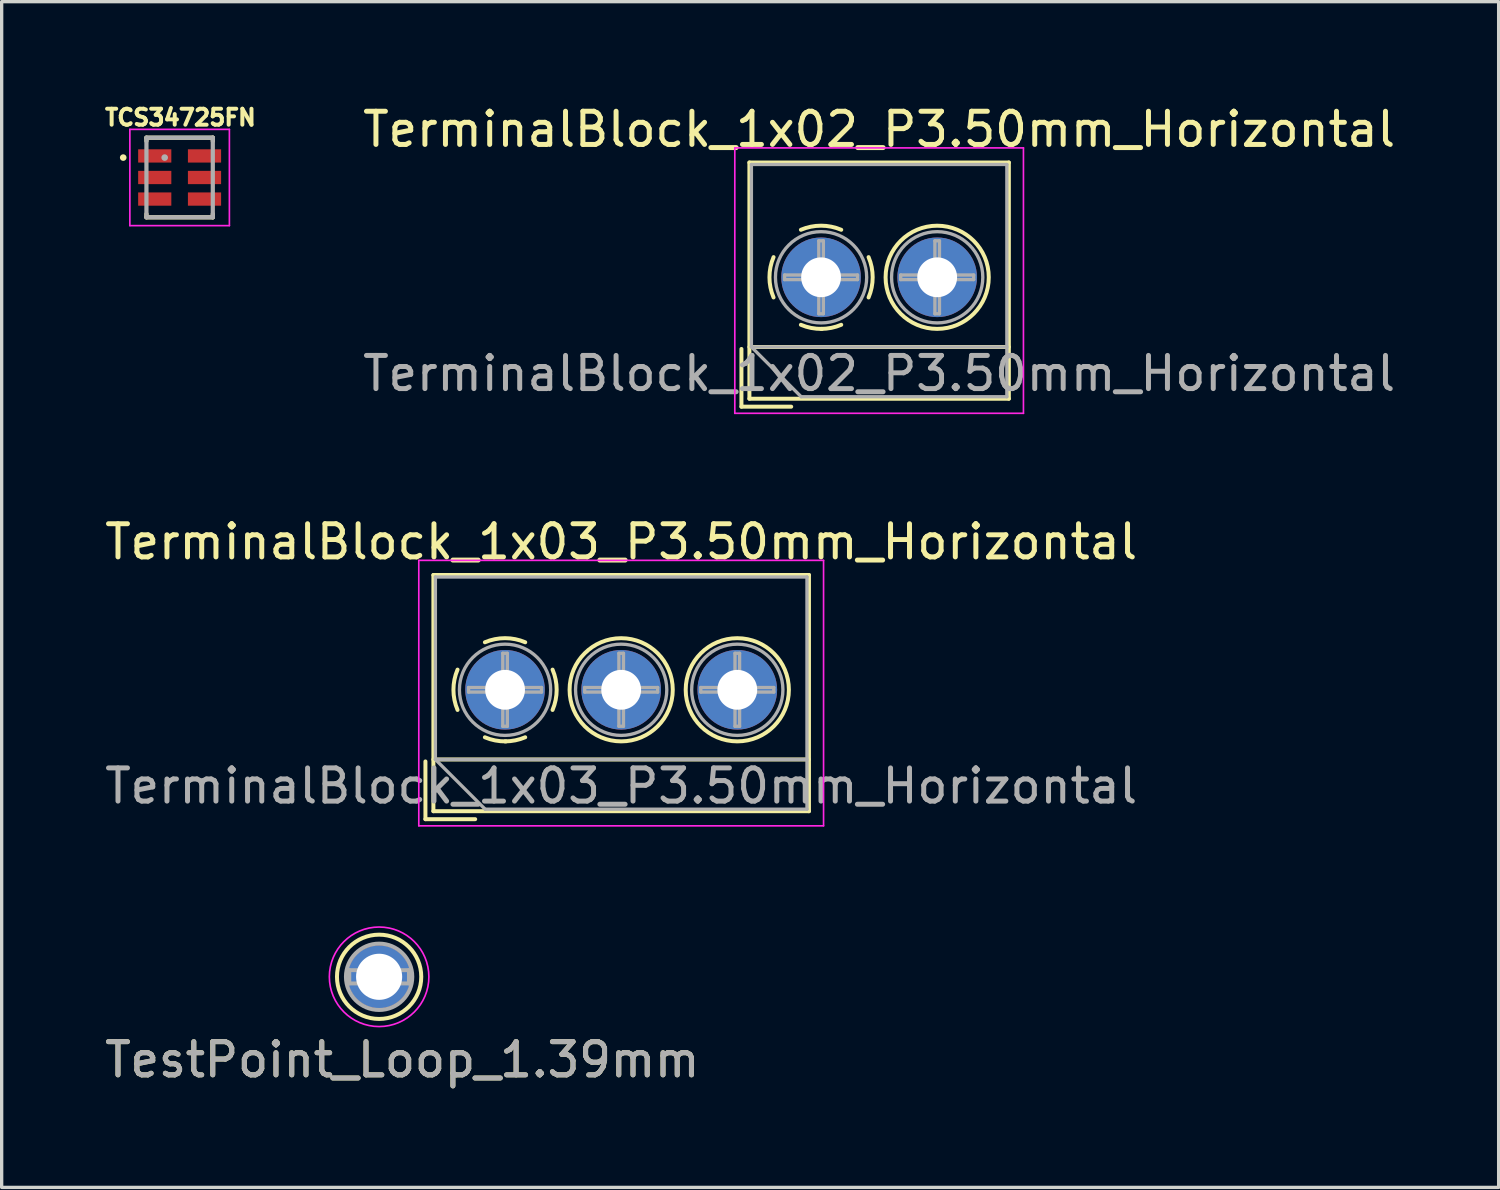
<source format=kicad_pcb>
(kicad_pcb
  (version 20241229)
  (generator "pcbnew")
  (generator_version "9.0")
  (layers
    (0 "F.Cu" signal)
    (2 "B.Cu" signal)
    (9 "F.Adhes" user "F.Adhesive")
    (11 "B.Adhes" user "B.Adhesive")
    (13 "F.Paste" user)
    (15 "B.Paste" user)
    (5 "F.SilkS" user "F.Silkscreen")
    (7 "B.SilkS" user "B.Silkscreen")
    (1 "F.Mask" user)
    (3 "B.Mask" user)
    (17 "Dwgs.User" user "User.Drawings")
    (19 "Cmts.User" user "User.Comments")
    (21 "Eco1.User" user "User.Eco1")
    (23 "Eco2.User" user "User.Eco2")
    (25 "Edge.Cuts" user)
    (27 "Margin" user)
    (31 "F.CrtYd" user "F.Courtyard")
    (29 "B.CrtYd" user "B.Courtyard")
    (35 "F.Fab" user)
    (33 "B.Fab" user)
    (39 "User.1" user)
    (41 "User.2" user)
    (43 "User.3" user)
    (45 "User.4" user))
  (footprint "TerminalBlock_1x03_P3.50mm_Horizontal"
    (layer "F.Cu")
    (at 15.673 17.741)
    (property "Reference" "TerminalBlock_1x03_P3.50mm_Horizontal" (at 0 -4.46 0) (layer "F.SilkS") (effects (font (size 1 1) (thickness 0.15))))
    (attr through_hole)
    (fp_line (start -5.9 2.16) (end -5.9 3.9) (stroke (width 0.12) (type solid)) (layer "F.SilkS"))
    (fp_line (start -5.9 3.9) (end -4.4 3.9) (stroke (width 0.12) (type solid)) (layer "F.SilkS"))
    (fp_line (start -5.66 -3.46) (end -5.66 3.66) (stroke (width 0.12) (type solid)) (layer "F.SilkS"))
    (fp_line (start -5.66 -3.46) (end 5.66 -3.46) (stroke (width 0.12) (type solid)) (layer "F.SilkS"))
    (fp_line (start -5.66 2.1) (end 5.66 2.1) (stroke (width 0.12) (type solid)) (layer "F.SilkS"))
    (fp_line (start -5.66 3.66) (end 5.66 3.66) (stroke (width 0.12) (type solid)) (layer "F.SilkS"))
    (fp_line (start 5.66 -3.46) (end 5.66 3.66) (stroke (width 0.12) (type solid)) (layer "F.SilkS"))
    (fp_arc (start -4.932109 0.607742) (mid -5.055727 -0.00014) (end -4.932 -0.608) (stroke (width 0.12) (type solid)) (layer "F.SilkS"))
    (fp_arc (start -4.107742 -1.432109) (mid -3.49986 -1.555727) (end -2.892 -1.432) (stroke (width 0.12) (type solid)) (layer "F.SilkS"))
    (fp_arc (start -3.472989 1.555493) (mid -3.796984 1.527118) (end -4.108 1.432) (stroke (width 0.12) (type solid)) (layer "F.SilkS"))
    (fp_arc (start -2.892413 1.431385) (mid -3.189983 1.523783) (end -3.5 1.555) (stroke (width 0.12) (type solid)) (layer "F.SilkS"))
    (fp_arc (start -2.067891 -0.607742) (mid -1.944273 0.00014) (end -2.068 0.608) (stroke (width 0.12) (type solid)) (layer "F.SilkS"))
    (fp_circle (center 0 0) (end 1.555 0) (stroke (width 0.12) (type solid)) (fill no) (layer "F.SilkS"))
    (fp_circle (center 3.5 0) (end 5.055 0) (stroke (width 0.12) (type solid)) (fill no) (layer "F.SilkS"))
    (fp_line (start -6.1 -3.9) (end -6.1 4.1) (stroke (width 0.05) (type solid)) (layer "F.CrtYd"))
    (fp_line (start -6.1 4.1) (end 6.1 4.1) (stroke (width 0.05) (type solid)) (layer "F.CrtYd"))
    (fp_line (start 6.1 -3.9) (end -6.1 -3.9) (stroke (width 0.05) (type solid)) (layer "F.CrtYd"))
    (fp_line (start 6.1 4.1) (end 6.1 -3.9) (stroke (width 0.05) (type solid)) (layer "F.CrtYd"))
    (fp_line (start -5.6 -3.4) (end 5.6 -3.4) (stroke (width 0.1) (type solid)) (layer "F.Fab"))
    (fp_line (start -5.6 2.1) (end -5.6 -3.4) (stroke (width 0.1) (type solid)) (layer "F.Fab"))
    (fp_line (start -5.6 2.1) (end 5.6 2.1) (stroke (width 0.1) (type solid)) (layer "F.Fab"))
    (fp_line (start -4.6 -0.069) (end -3.569 -0.069) (stroke (width 0.1) (type solid)) (layer "F.Fab"))
    (fp_line (start -4.6 0.069) (end -4.6 -0.069) (stroke (width 0.1) (type solid)) (layer "F.Fab"))
    (fp_line (start -4.1 3.6) (end -5.6 2.1) (stroke (width 0.1) (type solid)) (layer "F.Fab"))
    (fp_line (start -3.569 -1.1) (end -3.431 -1.1) (stroke (width 0.1) (type solid)) (layer "F.Fab"))
    (fp_line (start -3.569 -0.069) (end -3.569 -1.1) (stroke (width 0.1) (type solid)) (layer "F.Fab"))
    (fp_line (start -3.569 0.069) (end -4.6 0.069) (stroke (width 0.1) (type solid)) (layer "F.Fab"))
    (fp_line (start -3.569 1.1) (end -3.569 0.069) (stroke (width 0.1) (type solid)) (layer "F.Fab"))
    (fp_line (start -3.431 -1.1) (end -3.431 -0.069) (stroke (width 0.1) (type solid)) (layer "F.Fab"))
    (fp_line (start -3.431 -0.069) (end -2.4 -0.069) (stroke (width 0.1) (type solid)) (layer "F.Fab"))
    (fp_line (start -3.431 0.069) (end -3.431 1.1) (stroke (width 0.1) (type solid)) (layer "F.Fab"))
    (fp_line (start -3.431 1.1) (end -3.569 1.1) (stroke (width 0.1) (type solid)) (layer "F.Fab"))
    (fp_line (start -2.4 -0.069) (end -2.4 0.069) (stroke (width 0.1) (type solid)) (layer "F.Fab"))
    (fp_line (start -2.4 0.069) (end -3.431 0.069) (stroke (width 0.1) (type solid)) (layer "F.Fab"))
    (fp_line (start -1.1 -0.069) (end -0.069 -0.069) (stroke (width 0.1) (type solid)) (layer "F.Fab"))
    (fp_line (start -1.1 0.069) (end -1.1 -0.069) (stroke (width 0.1) (type solid)) (layer "F.Fab"))
    (fp_line (start -0.069 -1.1) (end 0.069 -1.1) (stroke (width 0.1) (type solid)) (layer "F.Fab"))
    (fp_line (start -0.069 -0.069) (end -0.069 -1.1) (stroke (width 0.1) (type solid)) (layer "F.Fab"))
    (fp_line (start -0.069 0.069) (end -1.1 0.069) (stroke (width 0.1) (type solid)) (layer "F.Fab"))
    (fp_line (start -0.069 1.1) (end -0.069 0.069) (stroke (width 0.1) (type solid)) (layer "F.Fab"))
    (fp_line (start 0.069 -1.1) (end 0.069 -0.069) (stroke (width 0.1) (type solid)) (layer "F.Fab"))
    (fp_line (start 0.069 -0.069) (end 1.1 -0.069) (stroke (width 0.1) (type solid)) (layer "F.Fab"))
    (fp_line (start 0.069 0.069) (end 0.069 1.1) (stroke (width 0.1) (type solid)) (layer "F.Fab"))
    (fp_line (start 0.069 1.1) (end -0.069 1.1) (stroke (width 0.1) (type solid)) (layer "F.Fab"))
    (fp_line (start 1.1 -0.069) (end 1.1 0.069) (stroke (width 0.1) (type solid)) (layer "F.Fab"))
    (fp_line (start 1.1 0.069) (end 0.069 0.069) (stroke (width 0.1) (type solid)) (layer "F.Fab"))
    (fp_line (start 2.4 -0.069) (end 3.431 -0.069) (stroke (width 0.1) (type solid)) (layer "F.Fab"))
    (fp_line (start 2.4 0.069) (end 2.4 -0.069) (stroke (width 0.1) (type solid)) (layer "F.Fab"))
    (fp_line (start 3.431 -1.1) (end 3.569 -1.1) (stroke (width 0.1) (type solid)) (layer "F.Fab"))
    (fp_line (start 3.431 -0.069) (end 3.431 -1.1) (stroke (width 0.1) (type solid)) (layer "F.Fab"))
    (fp_line (start 3.431 0.069) (end 2.4 0.069) (stroke (width 0.1) (type solid)) (layer "F.Fab"))
    (fp_line (start 3.431 1.1) (end 3.431 0.069) (stroke (width 0.1) (type solid)) (layer "F.Fab"))
    (fp_line (start 3.569 -1.1) (end 3.569 -0.069) (stroke (width 0.1) (type solid)) (layer "F.Fab"))
    (fp_line (start 3.569 -0.069) (end 4.6 -0.069) (stroke (width 0.1) (type solid)) (layer "F.Fab"))
    (fp_line (start 3.569 0.069) (end 3.569 1.1) (stroke (width 0.1) (type solid)) (layer "F.Fab"))
    (fp_line (start 3.569 1.1) (end 3.431 1.1) (stroke (width 0.1) (type solid)) (layer "F.Fab"))
    (fp_line (start 4.6 -0.069) (end 4.6 0.069) (stroke (width 0.1) (type solid)) (layer "F.Fab"))
    (fp_line (start 4.6 0.069) (end 3.569 0.069) (stroke (width 0.1) (type solid)) (layer "F.Fab"))
    (fp_line (start 5.6 -3.4) (end 5.6 3.6) (stroke (width 0.1) (type solid)) (layer "F.Fab"))
    (fp_line (start 5.6 3.6) (end -4.1 3.6) (stroke (width 0.1) (type solid)) (layer "F.Fab"))
    (fp_circle (center -3.5 0) (end -2.125 0) (stroke (width 0.1) (type solid)) (fill no) (layer "F.Fab"))
    (fp_circle (center 0 0) (end 1.375 0) (stroke (width 0.1) (type solid)) (fill no) (layer "F.Fab"))
    (fp_circle (center 3.5 0) (end 4.875 0) (stroke (width 0.1) (type solid)) (fill no) (layer "F.Fab"))
    (fp_text user "${REFERENCE}" (at 0 2.9 0) (layer "F.Fab") (effects (font (size 1 1) (thickness 0.15))))
    (pad "1" thru_hole circle (at -3.5 0) (size 2.4 2.4) (drill 1.2) (layers "*.Cu" "*.Mask"))
    (pad "2" thru_hole circle (at 0 0) (size 2.4 2.4) (drill 1.2) (layers "*.Cu" "*.Mask"))
    (pad "3" thru_hole circle (at 3.5 0) (size 2.4 2.4) (drill 1.2) (layers "*.Cu" "*.Mask")))
  (footprint "TestPoint_Loop_1.39mm"
    (layer "F.Cu")
    (at 8.377 26.392)
    (property "Reference" "TestPoint_Loop_1.39mm" (at 0.7 2.5 0) (layer "F.SilkS") (effects (font (size 1 1) (thickness 0.15))))
    (attr through_hole)
    (fp_circle (center 0 0) (end 1.27 0) (stroke (width 0.12) (type solid)) (fill no) (layer "F.SilkS"))
    (fp_circle (center 0 0) (end 1.5 0) (stroke (width 0.05) (type solid)) (fill no) (layer "F.CrtYd"))
    (fp_line (start -0.9 -0.2) (end 0.9 -0.2) (stroke (width 0.12) (type solid)) (layer "F.Fab"))
    (fp_line (start -0.9 0.2) (end -0.9 -0.2) (stroke (width 0.12) (type solid)) (layer "F.Fab"))
    (fp_line (start 0.9 -0.2) (end 0.9 0.2) (stroke (width 0.12) (type solid)) (layer "F.Fab"))
    (fp_line (start 0.9 0.2) (end -0.9 0.2) (stroke (width 0.12) (type solid)) (layer "F.Fab"))
    (fp_circle (center 0 0) (end 1 0) (stroke (width 0.12) (type solid)) (fill no) (layer "F.Fab"))
    (fp_text user "${REFERENCE}" (at 0.7 2.5 0) (layer "F.Fab") (effects (font (size 1 1) (thickness 0.15))))
    (pad "1" thru_hole circle (at 0 0) (size 1.9 1.9) (drill 1.39) (layers "*.Cu" "*.Mask")))
  (footprint "TerminalBlock_1x02_P3.50mm_Horizontal"
    (layer "F.Cu")
    (at 23.448 5.308)
    (property "Reference" "TerminalBlock_1x02_P3.50mm_Horizontal" (at 0 -4.46 0) (layer "F.SilkS") (effects (font (size 1 1) (thickness 0.15))))
    (attr through_hole)
    (fp_line (start -4.15 2.16) (end -4.15 3.9) (stroke (width 0.12) (type solid)) (layer "F.SilkS"))
    (fp_line (start -4.15 3.9) (end -2.65 3.9) (stroke (width 0.12) (type solid)) (layer "F.SilkS"))
    (fp_line (start -3.91 -3.46) (end -3.91 3.66) (stroke (width 0.12) (type solid)) (layer "F.SilkS"))
    (fp_line (start -3.91 -3.46) (end 3.91 -3.46) (stroke (width 0.12) (type solid)) (layer "F.SilkS"))
    (fp_line (start -3.91 2.1) (end 3.91 2.1) (stroke (width 0.12) (type solid)) (layer "F.SilkS"))
    (fp_line (start -3.91 3.66) (end 3.91 3.66) (stroke (width 0.12) (type solid)) (layer "F.SilkS"))
    (fp_line (start 3.91 -3.46) (end 3.91 3.66) (stroke (width 0.12) (type solid)) (layer "F.SilkS"))
    (fp_arc (start -3.182109 0.607742) (mid -3.305727 -0.00014) (end -3.182 -0.608) (stroke (width 0.12) (type solid)) (layer "F.SilkS"))
    (fp_arc (start -2.357742 -1.432109) (mid -1.74986 -1.555727) (end -1.142 -1.432) (stroke (width 0.12) (type solid)) (layer "F.SilkS"))
    (fp_arc (start -1.722989 1.555493) (mid -2.046984 1.527118) (end -2.358 1.432) (stroke (width 0.12) (type solid)) (layer "F.SilkS"))
    (fp_arc (start -1.142413 1.431385) (mid -1.439983 1.523783) (end -1.75 1.555) (stroke (width 0.12) (type solid)) (layer "F.SilkS"))
    (fp_arc (start -0.317891 -0.607742) (mid -0.194273 0.00014) (end -0.318 0.608) (stroke (width 0.12) (type solid)) (layer "F.SilkS"))
    (fp_circle (center 1.75 0) (end 3.305 0) (stroke (width 0.12) (type solid)) (fill no) (layer "F.SilkS"))
    (fp_line (start -4.35 -3.9) (end -4.35 4.1) (stroke (width 0.05) (type solid)) (layer "F.CrtYd"))
    (fp_line (start -4.35 4.1) (end 4.35 4.1) (stroke (width 0.05) (type solid)) (layer "F.CrtYd"))
    (fp_line (start 4.35 -3.9) (end -4.35 -3.9) (stroke (width 0.05) (type solid)) (layer "F.CrtYd"))
    (fp_line (start 4.35 4.1) (end 4.35 -3.9) (stroke (width 0.05) (type solid)) (layer "F.CrtYd"))
    (fp_line (start -3.85 -3.4) (end 3.85 -3.4) (stroke (width 0.1) (type solid)) (layer "F.Fab"))
    (fp_line (start -3.85 2.1) (end -3.85 -3.4) (stroke (width 0.1) (type solid)) (layer "F.Fab"))
    (fp_line (start -3.85 2.1) (end 3.85 2.1) (stroke (width 0.1) (type solid)) (layer "F.Fab"))
    (fp_line (start -2.85 -0.069) (end -1.819 -0.069) (stroke (width 0.1) (type solid)) (layer "F.Fab"))
    (fp_line (start -2.85 0.069) (end -2.85 -0.069) (stroke (width 0.1) (type solid)) (layer "F.Fab"))
    (fp_line (start -2.35 3.6) (end -3.85 2.1) (stroke (width 0.1) (type solid)) (layer "F.Fab"))
    (fp_line (start -1.819 -1.1) (end -1.681 -1.1) (stroke (width 0.1) (type solid)) (layer "F.Fab"))
    (fp_line (start -1.819 -0.069) (end -1.819 -1.1) (stroke (width 0.1) (type solid)) (layer "F.Fab"))
    (fp_line (start -1.819 0.069) (end -2.85 0.069) (stroke (width 0.1) (type solid)) (layer "F.Fab"))
    (fp_line (start -1.819 1.1) (end -1.819 0.069) (stroke (width 0.1) (type solid)) (layer "F.Fab"))
    (fp_line (start -1.681 -1.1) (end -1.681 -0.069) (stroke (width 0.1) (type solid)) (layer "F.Fab"))
    (fp_line (start -1.681 -0.069) (end -0.65 -0.069) (stroke (width 0.1) (type solid)) (layer "F.Fab"))
    (fp_line (start -1.681 0.069) (end -1.681 1.1) (stroke (width 0.1) (type solid)) (layer "F.Fab"))
    (fp_line (start -1.681 1.1) (end -1.819 1.1) (stroke (width 0.1) (type solid)) (layer "F.Fab"))
    (fp_line (start -0.65 -0.069) (end -0.65 0.069) (stroke (width 0.1) (type solid)) (layer "F.Fab"))
    (fp_line (start -0.65 0.069) (end -1.681 0.069) (stroke (width 0.1) (type solid)) (layer "F.Fab"))
    (fp_line (start 0.65 -0.069) (end 1.681 -0.069) (stroke (width 0.1) (type solid)) (layer "F.Fab"))
    (fp_line (start 0.65 0.069) (end 0.65 -0.069) (stroke (width 0.1) (type solid)) (layer "F.Fab"))
    (fp_line (start 1.681 -1.1) (end 1.819 -1.1) (stroke (width 0.1) (type solid)) (layer "F.Fab"))
    (fp_line (start 1.681 -0.069) (end 1.681 -1.1) (stroke (width 0.1) (type solid)) (layer "F.Fab"))
    (fp_line (start 1.681 0.069) (end 0.65 0.069) (stroke (width 0.1) (type solid)) (layer "F.Fab"))
    (fp_line (start 1.681 1.1) (end 1.681 0.069) (stroke (width 0.1) (type solid)) (layer "F.Fab"))
    (fp_line (start 1.819 -1.1) (end 1.819 -0.069) (stroke (width 0.1) (type solid)) (layer "F.Fab"))
    (fp_line (start 1.819 -0.069) (end 2.85 -0.069) (stroke (width 0.1) (type solid)) (layer "F.Fab"))
    (fp_line (start 1.819 0.069) (end 1.819 1.1) (stroke (width 0.1) (type solid)) (layer "F.Fab"))
    (fp_line (start 1.819 1.1) (end 1.681 1.1) (stroke (width 0.1) (type solid)) (layer "F.Fab"))
    (fp_line (start 2.85 -0.069) (end 2.85 0.069) (stroke (width 0.1) (type solid)) (layer "F.Fab"))
    (fp_line (start 2.85 0.069) (end 1.819 0.069) (stroke (width 0.1) (type solid)) (layer "F.Fab"))
    (fp_line (start 3.85 -3.4) (end 3.85 3.6) (stroke (width 0.1) (type solid)) (layer "F.Fab"))
    (fp_line (start 3.85 3.6) (end -2.35 3.6) (stroke (width 0.1) (type solid)) (layer "F.Fab"))
    (fp_circle (center -1.75 0) (end -0.375 0) (stroke (width 0.1) (type solid)) (fill no) (layer "F.Fab"))
    (fp_circle (center 1.75 0) (end 3.125 0) (stroke (width 0.1) (type solid)) (fill no) (layer "F.Fab"))
    (fp_text user "${REFERENCE}" (at 0 2.9 0) (layer "F.Fab") (effects (font (size 1 1) (thickness 0.15))))
    (pad "1" thru_hole circle (at -1.75 0) (size 2.4 2.4) (drill 1.2) (layers "*.Cu" "*.Mask"))
    (pad "2" thru_hole circle (at 1.75 0) (size 2.4 2.4) (drill 1.2) (layers "*.Cu" "*.Mask")))
  (footprint "TCS34725FN"
    (layer "F.Cu")
    (at 2.364 2.3)
    (property "Reference" "TCS34725FN" (at 0.024 -1.808 0) (layer "F.SilkS") (effects (font (size 0.481 0.481) (thickness 0.12))))
    (attr through_hole)
    (fp_line (start -1 -1.2) (end 1 -1.2) (stroke (width 0.127) (type solid)) (layer "F.SilkS"))
    (fp_line (start -1 -1.1) (end -1 -1.2) (stroke (width 0.127) (type solid)) (layer "F.SilkS"))
    (fp_line (start -1 1.2) (end -1 1.1) (stroke (width 0.127) (type solid)) (layer "F.SilkS"))
    (fp_line (start 1 -1.2) (end 1 -1.1) (stroke (width 0.127) (type solid)) (layer "F.SilkS"))
    (fp_line (start 1 1.1) (end 1 1.2) (stroke (width 0.127) (type solid)) (layer "F.SilkS"))
    (fp_line (start 1 1.2) (end -1 1.2) (stroke (width 0.127) (type solid)) (layer "F.SilkS"))
    (fp_circle (center -1.7 -0.6) (end -1.65 -0.6) (stroke (width 0.1) (type solid)) (fill no) (layer "F.SilkS"))
    (fp_line (start -1.5 -1.45) (end 1.5 -1.45) (stroke (width 0.05) (type solid)) (layer "F.CrtYd"))
    (fp_line (start -1.5 1.45) (end -1.5 -1.45) (stroke (width 0.05) (type solid)) (layer "F.CrtYd"))
    (fp_line (start 1.5 -1.45) (end 1.5 1.45) (stroke (width 0.05) (type solid)) (layer "F.CrtYd"))
    (fp_line (start 1.5 1.45) (end -1.5 1.45) (stroke (width 0.05) (type solid)) (layer "F.CrtYd"))
    (fp_line (start -1 -1.2) (end 1 -1.2) (stroke (width 0.127) (type solid)) (layer "F.Fab"))
    (fp_line (start -1 1.2) (end -1 -1.2) (stroke (width 0.127) (type solid)) (layer "F.Fab"))
    (fp_line (start 1 -1.2) (end 1 1.2) (stroke (width 0.127) (type solid)) (layer "F.Fab"))
    (fp_line (start 1 1.2) (end -1 1.2) (stroke (width 0.127) (type solid)) (layer "F.Fab"))
    (fp_circle (center -0.45 -0.6) (end -0.4 -0.6) (stroke (width 0.1) (type solid)) (fill no) (layer "F.Fab"))
    (pad "1" smd rect (at -0.75 -0.65) (size 1 0.4) (layers "F.Cu" "F.Mask" "F.Paste"))
    (pad "2" smd rect (at -0.75 0) (size 1 0.4) (layers "F.Cu" "F.Mask" "F.Paste"))
    (pad "3" smd rect (at -0.75 0.65) (size 1 0.4) (layers "F.Cu" "F.Mask" "F.Paste"))
    (pad "4" smd rect (at 0.75 0.65) (size 1 0.4) (layers "F.Cu" "F.Mask" "F.Paste"))
    (pad "5" smd rect (at 0.75 0) (size 1 0.4) (layers "F.Cu" "F.Mask" "F.Paste"))
    (pad "6" smd rect (at 0.75 -0.65) (size 1 0.4) (layers "F.Cu" "F.Mask" "F.Paste")))
  (gr_rect
    (start -3 -3)
    (end 42.121 32.74)
    (stroke (width 0.1) (type default))
    (fill no)
    (layer "Edge.Cuts")))
</source>
